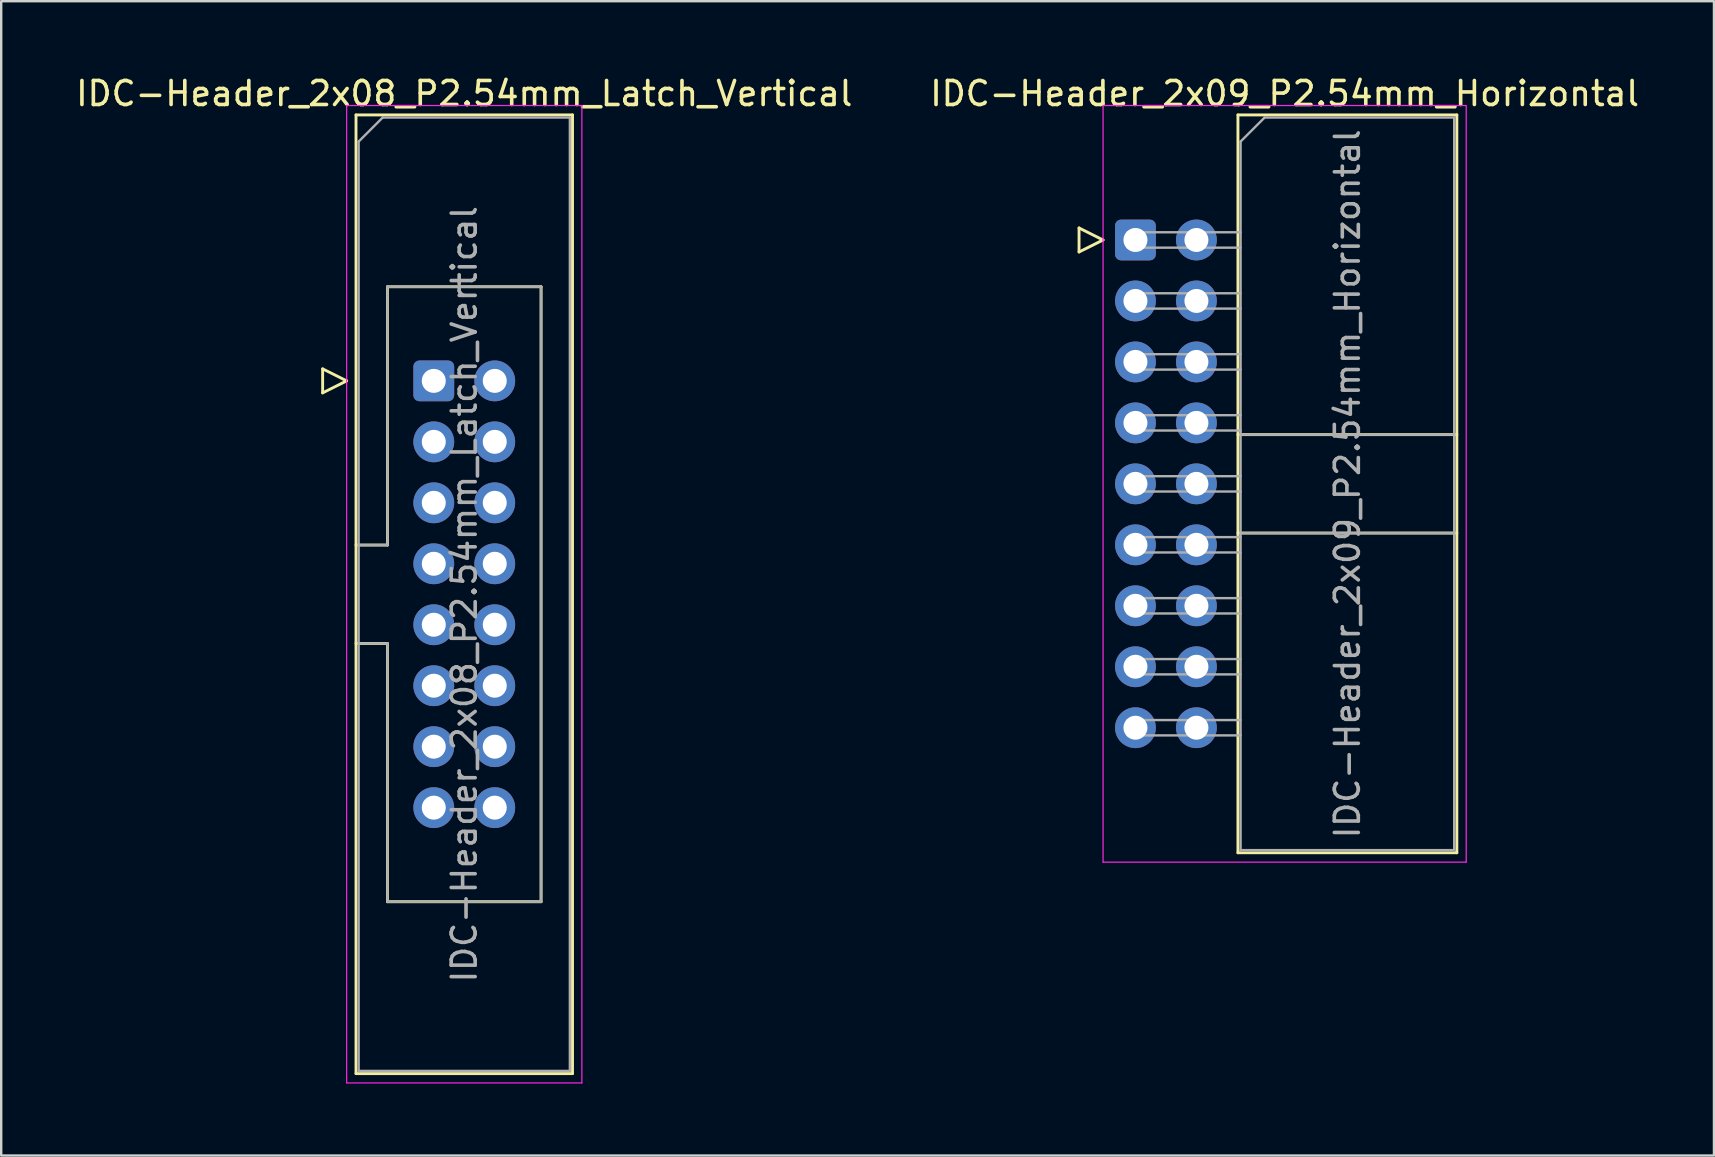
<source format=kicad_pcb>
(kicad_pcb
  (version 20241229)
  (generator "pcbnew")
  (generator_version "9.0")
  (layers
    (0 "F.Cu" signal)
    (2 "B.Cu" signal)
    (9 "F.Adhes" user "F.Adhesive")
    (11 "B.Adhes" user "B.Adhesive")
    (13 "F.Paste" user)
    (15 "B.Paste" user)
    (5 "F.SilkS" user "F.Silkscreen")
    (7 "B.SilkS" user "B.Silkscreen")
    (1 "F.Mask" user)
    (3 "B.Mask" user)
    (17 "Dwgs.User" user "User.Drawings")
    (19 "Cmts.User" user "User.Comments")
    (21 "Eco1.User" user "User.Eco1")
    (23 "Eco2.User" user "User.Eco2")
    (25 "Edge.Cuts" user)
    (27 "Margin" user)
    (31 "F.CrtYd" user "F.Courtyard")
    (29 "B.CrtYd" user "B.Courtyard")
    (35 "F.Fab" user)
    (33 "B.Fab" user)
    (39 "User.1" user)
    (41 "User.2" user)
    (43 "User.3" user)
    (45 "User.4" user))
  (footprint "IDC-Header_2x08_P2.54mm_Latch_Vertical"
    (layer "F.Cu")
    (at 15.022 12.818)
    (property "Reference" "IDC-Header_2x08_P2.54mm_Latch_Vertical" (at 1.27 -11.97 0) (layer "F.SilkS") (effects (font (size 1 1) (thickness 0.15))))
    (attr through_hole)
    (fp_line (start -4.63 -0.5) (end -4.63 0.5) (stroke (width 0.12) (type solid)) (layer "F.SilkS"))
    (fp_line (start -4.63 0.5) (end -3.63 0) (stroke (width 0.12) (type solid)) (layer "F.SilkS"))
    (fp_line (start -3.63 0) (end -4.63 -0.5) (stroke (width 0.12) (type solid)) (layer "F.SilkS"))
    (fp_line (start -3.24 -11.08) (end 5.78 -11.08) (stroke (width 0.12) (type solid)) (layer "F.SilkS"))
    (fp_line (start -3.24 6.84) (end -1.93 6.84) (stroke (width 0.12) (type solid)) (layer "F.SilkS"))
    (fp_line (start -3.24 28.86) (end -3.24 -11.08) (stroke (width 0.12) (type solid)) (layer "F.SilkS"))
    (fp_line (start -1.93 -3.92) (end 4.47 -3.92) (stroke (width 0.12) (type solid)) (layer "F.SilkS"))
    (fp_line (start -1.93 6.84) (end -1.93 -3.92) (stroke (width 0.12) (type solid)) (layer "F.SilkS"))
    (fp_line (start -1.93 10.94) (end -3.24 10.94) (stroke (width 0.12) (type solid)) (layer "F.SilkS"))
    (fp_line (start -1.93 21.7) (end -1.93 10.94) (stroke (width 0.12) (type solid)) (layer "F.SilkS"))
    (fp_line (start 4.47 -3.92) (end 4.47 21.7) (stroke (width 0.12) (type solid)) (layer "F.SilkS"))
    (fp_line (start 4.47 21.7) (end -1.93 21.7) (stroke (width 0.12) (type solid)) (layer "F.SilkS"))
    (fp_line (start 5.78 -11.08) (end 5.78 28.86) (stroke (width 0.12) (type solid)) (layer "F.SilkS"))
    (fp_line (start 5.78 28.86) (end -3.24 28.86) (stroke (width 0.12) (type solid)) (layer "F.SilkS"))
    (fp_line (start -3.63 -11.47) (end -3.63 29.25) (stroke (width 0.05) (type solid)) (layer "F.CrtYd"))
    (fp_line (start -3.63 29.25) (end 6.17 29.25) (stroke (width 0.05) (type solid)) (layer "F.CrtYd"))
    (fp_line (start 6.17 -11.47) (end -3.63 -11.47) (stroke (width 0.05) (type solid)) (layer "F.CrtYd"))
    (fp_line (start 6.17 29.25) (end 6.17 -11.47) (stroke (width 0.05) (type solid)) (layer "F.CrtYd"))
    (fp_line (start -3.13 -9.97) (end -2.13 -10.97) (stroke (width 0.1) (type solid)) (layer "F.Fab"))
    (fp_line (start -3.13 6.84) (end -1.93 6.84) (stroke (width 0.1) (type solid)) (layer "F.Fab"))
    (fp_line (start -3.13 28.75) (end -3.13 -9.97) (stroke (width 0.1) (type solid)) (layer "F.Fab"))
    (fp_line (start -2.13 -10.97) (end 5.67 -10.97) (stroke (width 0.1) (type solid)) (layer "F.Fab"))
    (fp_line (start -1.93 -3.92) (end 4.47 -3.92) (stroke (width 0.1) (type solid)) (layer "F.Fab"))
    (fp_line (start -1.93 6.84) (end -1.93 -3.92) (stroke (width 0.1) (type solid)) (layer "F.Fab"))
    (fp_line (start -1.93 10.94) (end -3.13 10.94) (stroke (width 0.1) (type solid)) (layer "F.Fab"))
    (fp_line (start -1.93 21.7) (end -1.93 10.94) (stroke (width 0.1) (type solid)) (layer "F.Fab"))
    (fp_line (start 4.47 -3.92) (end 4.47 21.7) (stroke (width 0.1) (type solid)) (layer "F.Fab"))
    (fp_line (start 4.47 21.7) (end -1.93 21.7) (stroke (width 0.1) (type solid)) (layer "F.Fab"))
    (fp_line (start 5.67 -10.97) (end 5.67 28.75) (stroke (width 0.1) (type solid)) (layer "F.Fab"))
    (fp_line (start 5.67 28.75) (end -3.13 28.75) (stroke (width 0.1) (type solid)) (layer "F.Fab"))
    (fp_text user "${REFERENCE}" (at 1.27 8.89 90) (layer "F.Fab") (effects (font (size 1 1) (thickness 0.15))))
    (pad "1" thru_hole roundrect (at 0 0) (size 1.7 1.7) (drill 1) (layers "*.Cu" "*.Mask") (roundrect_rratio 0.147))
    (pad "2" thru_hole circle (at 2.54 0) (size 1.7 1.7) (drill 1) (layers "*.Cu" "*.Mask"))
    (pad "3" thru_hole circle (at 0 2.54) (size 1.7 1.7) (drill 1) (layers "*.Cu" "*.Mask"))
    (pad "4" thru_hole circle (at 2.54 2.54) (size 1.7 1.7) (drill 1) (layers "*.Cu" "*.Mask"))
    (pad "5" thru_hole circle (at 0 5.08) (size 1.7 1.7) (drill 1) (layers "*.Cu" "*.Mask"))
    (pad "6" thru_hole circle (at 2.54 5.08) (size 1.7 1.7) (drill 1) (layers "*.Cu" "*.Mask"))
    (pad "7" thru_hole circle (at 0 7.62) (size 1.7 1.7) (drill 1) (layers "*.Cu" "*.Mask"))
    (pad "8" thru_hole circle (at 2.54 7.62) (size 1.7 1.7) (drill 1) (layers "*.Cu" "*.Mask"))
    (pad "9" thru_hole circle (at 0 10.16) (size 1.7 1.7) (drill 1) (layers "*.Cu" "*.Mask"))
    (pad "10" thru_hole circle (at 2.54 10.16) (size 1.7 1.7) (drill 1) (layers "*.Cu" "*.Mask"))
    (pad "11" thru_hole circle (at 0 12.7) (size 1.7 1.7) (drill 1) (layers "*.Cu" "*.Mask"))
    (pad "12" thru_hole circle (at 2.54 12.7) (size 1.7 1.7) (drill 1) (layers "*.Cu" "*.Mask"))
    (pad "13" thru_hole circle (at 0 15.24) (size 1.7 1.7) (drill 1) (layers "*.Cu" "*.Mask"))
    (pad "14" thru_hole circle (at 2.54 15.24) (size 1.7 1.7) (drill 1) (layers "*.Cu" "*.Mask"))
    (pad "15" thru_hole circle (at 0 17.78) (size 1.7 1.7) (drill 1) (layers "*.Cu" "*.Mask"))
    (pad "16" thru_hole circle (at 2.54 17.78) (size 1.7 1.7) (drill 1) (layers "*.Cu" "*.Mask")))
  (footprint "IDC-Header_2x09_P2.54mm_Horizontal"
    (layer "F.Cu")
    (at 44.255 6.948)
    (property "Reference" "IDC-Header_2x09_P2.54mm_Horizontal" (at 6.215 -6.1 0) (layer "F.SilkS") (effects (font (size 1 1) (thickness 0.15))))
    (attr through_hole)
    (fp_line (start -2.35 -0.5) (end -2.35 0.5) (stroke (width 0.12) (type solid)) (layer "F.SilkS"))
    (fp_line (start -2.35 0.5) (end -1.35 0) (stroke (width 0.12) (type solid)) (layer "F.SilkS"))
    (fp_line (start -1.35 0) (end -2.35 -0.5) (stroke (width 0.12) (type solid)) (layer "F.SilkS"))
    (fp_line (start 4.27 -5.21) (end 13.39 -5.21) (stroke (width 0.12) (type solid)) (layer "F.SilkS"))
    (fp_line (start 4.27 8.11) (end 13.39 8.11) (stroke (width 0.12) (type solid)) (layer "F.SilkS"))
    (fp_line (start 4.27 12.21) (end 13.39 12.21) (stroke (width 0.12) (type solid)) (layer "F.SilkS"))
    (fp_line (start 4.27 25.53) (end 4.27 -5.21) (stroke (width 0.12) (type solid)) (layer "F.SilkS"))
    (fp_line (start 13.39 -5.21) (end 13.39 25.53) (stroke (width 0.12) (type solid)) (layer "F.SilkS"))
    (fp_line (start 13.39 25.53) (end 4.27 25.53) (stroke (width 0.12) (type solid)) (layer "F.SilkS"))
    (fp_line (start -1.35 -5.6) (end -1.35 25.92) (stroke (width 0.05) (type solid)) (layer "F.CrtYd"))
    (fp_line (start -1.35 25.92) (end 13.78 25.92) (stroke (width 0.05) (type solid)) (layer "F.CrtYd"))
    (fp_line (start 13.78 -5.6) (end -1.35 -5.6) (stroke (width 0.05) (type solid)) (layer "F.CrtYd"))
    (fp_line (start 13.78 25.92) (end 13.78 -5.6) (stroke (width 0.05) (type solid)) (layer "F.CrtYd"))
    (fp_line (start -0.32 -0.32) (end -0.32 0.32) (stroke (width 0.1) (type solid)) (layer "F.Fab"))
    (fp_line (start -0.32 0.32) (end 4.38 0.32) (stroke (width 0.1) (type solid)) (layer "F.Fab"))
    (fp_line (start -0.32 2.22) (end -0.32 2.86) (stroke (width 0.1) (type solid)) (layer "F.Fab"))
    (fp_line (start -0.32 2.86) (end 4.38 2.86) (stroke (width 0.1) (type solid)) (layer "F.Fab"))
    (fp_line (start -0.32 4.76) (end -0.32 5.4) (stroke (width 0.1) (type solid)) (layer "F.Fab"))
    (fp_line (start -0.32 5.4) (end 4.38 5.4) (stroke (width 0.1) (type solid)) (layer "F.Fab"))
    (fp_line (start -0.32 7.3) (end -0.32 7.94) (stroke (width 0.1) (type solid)) (layer "F.Fab"))
    (fp_line (start -0.32 7.94) (end 4.38 7.94) (stroke (width 0.1) (type solid)) (layer "F.Fab"))
    (fp_line (start -0.32 9.84) (end -0.32 10.48) (stroke (width 0.1) (type solid)) (layer "F.Fab"))
    (fp_line (start -0.32 10.48) (end 4.38 10.48) (stroke (width 0.1) (type solid)) (layer "F.Fab"))
    (fp_line (start -0.32 12.38) (end -0.32 13.02) (stroke (width 0.1) (type solid)) (layer "F.Fab"))
    (fp_line (start -0.32 13.02) (end 4.38 13.02) (stroke (width 0.1) (type solid)) (layer "F.Fab"))
    (fp_line (start -0.32 14.92) (end -0.32 15.56) (stroke (width 0.1) (type solid)) (layer "F.Fab"))
    (fp_line (start -0.32 15.56) (end 4.38 15.56) (stroke (width 0.1) (type solid)) (layer "F.Fab"))
    (fp_line (start -0.32 17.46) (end -0.32 18.1) (stroke (width 0.1) (type solid)) (layer "F.Fab"))
    (fp_line (start -0.32 18.1) (end 4.38 18.1) (stroke (width 0.1) (type solid)) (layer "F.Fab"))
    (fp_line (start -0.32 20) (end -0.32 20.64) (stroke (width 0.1) (type solid)) (layer "F.Fab"))
    (fp_line (start -0.32 20.64) (end 4.38 20.64) (stroke (width 0.1) (type solid)) (layer "F.Fab"))
    (fp_line (start 4.38 -4.1) (end 5.38 -5.1) (stroke (width 0.1) (type solid)) (layer "F.Fab"))
    (fp_line (start 4.38 -0.32) (end -0.32 -0.32) (stroke (width 0.1) (type solid)) (layer "F.Fab"))
    (fp_line (start 4.38 2.22) (end -0.32 2.22) (stroke (width 0.1) (type solid)) (layer "F.Fab"))
    (fp_line (start 4.38 4.76) (end -0.32 4.76) (stroke (width 0.1) (type solid)) (layer "F.Fab"))
    (fp_line (start 4.38 7.3) (end -0.32 7.3) (stroke (width 0.1) (type solid)) (layer "F.Fab"))
    (fp_line (start 4.38 8.11) (end 13.28 8.11) (stroke (width 0.1) (type solid)) (layer "F.Fab"))
    (fp_line (start 4.38 9.84) (end -0.32 9.84) (stroke (width 0.1) (type solid)) (layer "F.Fab"))
    (fp_line (start 4.38 12.21) (end 13.28 12.21) (stroke (width 0.1) (type solid)) (layer "F.Fab"))
    (fp_line (start 4.38 12.38) (end -0.32 12.38) (stroke (width 0.1) (type solid)) (layer "F.Fab"))
    (fp_line (start 4.38 14.92) (end -0.32 14.92) (stroke (width 0.1) (type solid)) (layer "F.Fab"))
    (fp_line (start 4.38 17.46) (end -0.32 17.46) (stroke (width 0.1) (type solid)) (layer "F.Fab"))
    (fp_line (start 4.38 20) (end -0.32 20) (stroke (width 0.1) (type solid)) (layer "F.Fab"))
    (fp_line (start 4.38 25.42) (end 4.38 -4.1) (stroke (width 0.1) (type solid)) (layer "F.Fab"))
    (fp_line (start 5.38 -5.1) (end 13.28 -5.1) (stroke (width 0.1) (type solid)) (layer "F.Fab"))
    (fp_line (start 13.28 -5.1) (end 13.28 25.42) (stroke (width 0.1) (type solid)) (layer "F.Fab"))
    (fp_line (start 13.28 25.42) (end 4.38 25.42) (stroke (width 0.1) (type solid)) (layer "F.Fab"))
    (fp_text user "${REFERENCE}" (at 8.83 10.16 90) (layer "F.Fab") (effects (font (size 1 1) (thickness 0.15))))
    (pad "1" thru_hole roundrect (at 0 0) (size 1.7 1.7) (drill 1) (layers "*.Cu" "*.Mask") (roundrect_rratio 0.147))
    (pad "2" thru_hole circle (at 2.54 0) (size 1.7 1.7) (drill 1) (layers "*.Cu" "*.Mask"))
    (pad "3" thru_hole circle (at 0 2.54) (size 1.7 1.7) (drill 1) (layers "*.Cu" "*.Mask"))
    (pad "4" thru_hole circle (at 2.54 2.54) (size 1.7 1.7) (drill 1) (layers "*.Cu" "*.Mask"))
    (pad "5" thru_hole circle (at 0 5.08) (size 1.7 1.7) (drill 1) (layers "*.Cu" "*.Mask"))
    (pad "6" thru_hole circle (at 2.54 5.08) (size 1.7 1.7) (drill 1) (layers "*.Cu" "*.Mask"))
    (pad "7" thru_hole circle (at 0 7.62) (size 1.7 1.7) (drill 1) (layers "*.Cu" "*.Mask"))
    (pad "8" thru_hole circle (at 2.54 7.62) (size 1.7 1.7) (drill 1) (layers "*.Cu" "*.Mask"))
    (pad "9" thru_hole circle (at 0 10.16) (size 1.7 1.7) (drill 1) (layers "*.Cu" "*.Mask"))
    (pad "10" thru_hole circle (at 2.54 10.16) (size 1.7 1.7) (drill 1) (layers "*.Cu" "*.Mask"))
    (pad "11" thru_hole circle (at 0 12.7) (size 1.7 1.7) (drill 1) (layers "*.Cu" "*.Mask"))
    (pad "12" thru_hole circle (at 2.54 12.7) (size 1.7 1.7) (drill 1) (layers "*.Cu" "*.Mask"))
    (pad "13" thru_hole circle (at 0 15.24) (size 1.7 1.7) (drill 1) (layers "*.Cu" "*.Mask"))
    (pad "14" thru_hole circle (at 2.54 15.24) (size 1.7 1.7) (drill 1) (layers "*.Cu" "*.Mask"))
    (pad "15" thru_hole circle (at 0 17.78) (size 1.7 1.7) (drill 1) (layers "*.Cu" "*.Mask"))
    (pad "16" thru_hole circle (at 2.54 17.78) (size 1.7 1.7) (drill 1) (layers "*.Cu" "*.Mask"))
    (pad "17" thru_hole circle (at 0 20.32) (size 1.7 1.7) (drill 1) (layers "*.Cu" "*.Mask"))
    (pad "18" thru_hole circle (at 2.54 20.32) (size 1.7 1.7) (drill 1) (layers "*.Cu" "*.Mask")))
  (gr_rect
    (start -3 -3)
    (end 68.357 45.093)
    (stroke (width 0.1) (type default))
    (fill no)
    (layer "Edge.Cuts")))
</source>
